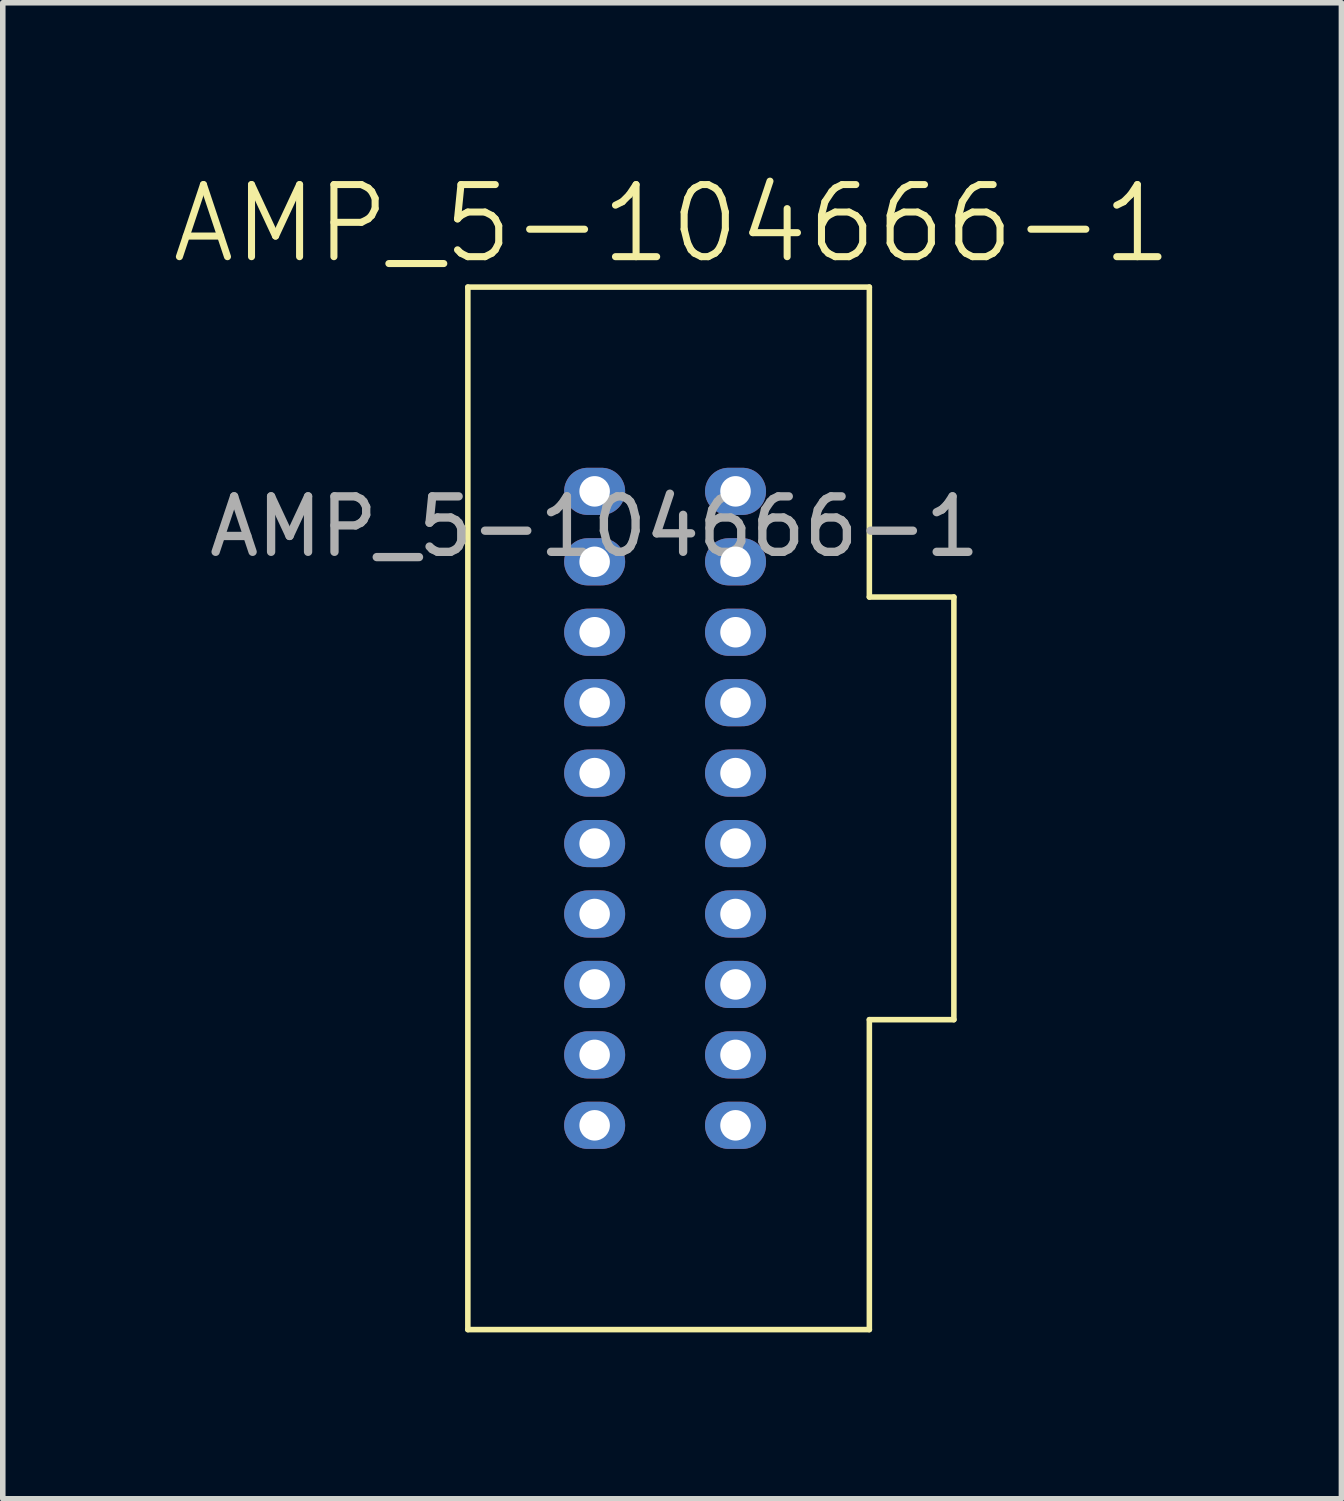
<source format=kicad_pcb>
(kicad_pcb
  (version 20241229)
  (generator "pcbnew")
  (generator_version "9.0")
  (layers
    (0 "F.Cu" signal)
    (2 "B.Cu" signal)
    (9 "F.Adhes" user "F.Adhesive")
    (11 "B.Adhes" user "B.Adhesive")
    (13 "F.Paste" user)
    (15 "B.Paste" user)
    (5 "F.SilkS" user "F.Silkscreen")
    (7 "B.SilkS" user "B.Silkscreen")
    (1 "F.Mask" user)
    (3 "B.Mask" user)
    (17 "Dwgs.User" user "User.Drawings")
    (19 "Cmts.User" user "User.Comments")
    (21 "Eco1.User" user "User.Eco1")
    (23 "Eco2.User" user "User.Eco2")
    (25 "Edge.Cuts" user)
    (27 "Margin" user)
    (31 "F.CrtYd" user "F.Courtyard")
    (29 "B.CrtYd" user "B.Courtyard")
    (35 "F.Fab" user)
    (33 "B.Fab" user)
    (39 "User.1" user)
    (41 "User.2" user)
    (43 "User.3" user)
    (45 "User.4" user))
  (footprint "AMP_5-104666-1"
    (layer "F.Cu")
    (at 7.671 5.809)
    (property "Reference" "AMP_5-104666-1" (at 1.397 -4.826 0) (unlocked yes) (layer "F.SilkS") (effects (font (size 1.3 1.3) (thickness 0.127))))
    (attr smd)
    (fp_line (start -2.286 -3.683) (end -2.286 15.113) (stroke (width 0.1) (type default)) (layer "F.SilkS"))
    (fp_line (start -2.286 -3.683) (end 4.953 -3.683) (stroke (width 0.1) (type default)) (layer "F.SilkS"))
    (fp_line (start -2.286 15.113) (end 4.953 15.113) (stroke (width 0.1) (type default)) (layer "F.SilkS"))
    (fp_line (start 4.953 -3.683) (end 4.953 1.905) (stroke (width 0.1) (type default)) (layer "F.SilkS"))
    (fp_line (start 4.953 1.905) (end 6.477 1.905) (stroke (width 0.1) (type default)) (layer "F.SilkS"))
    (fp_line (start 4.953 9.525) (end 4.953 15.113) (stroke (width 0.1) (type default)) (layer "F.SilkS"))
    (fp_line (start 4.953 9.525) (end 6.477 9.525) (stroke (width 0.1) (type default)) (layer "F.SilkS"))
    (fp_line (start 6.477 1.905) (end 6.477 9.525) (stroke (width 0.1) (type default)) (layer "F.SilkS"))
    (fp_text user "${REFERENCE}" (at 0 0.635 0) (unlocked yes) (layer "F.Fab") (effects (font (size 1 1) (thickness 0.15))))
    (pad "1" thru_hole oval (at 0 0) (size 1.1 0.85) (drill 0.55) (layers "*.Cu" "*.Mask"))
    (pad "2" thru_hole oval (at 2.54 0) (size 1.1 0.85) (drill 0.55) (layers "*.Cu" "*.Mask"))
    (pad "3" thru_hole oval (at 0 1.27) (size 1.1 0.85) (drill 0.55) (layers "*.Cu" "*.Mask"))
    (pad "4" thru_hole oval (at 2.54 1.27) (size 1.1 0.85) (drill 0.55) (layers "*.Cu" "*.Mask"))
    (pad "5" thru_hole oval (at 0 2.54) (size 1.1 0.85) (drill 0.55) (layers "*.Cu" "*.Mask"))
    (pad "6" thru_hole oval (at 2.54 2.54) (size 1.1 0.85) (drill 0.55) (layers "*.Cu" "*.Mask"))
    (pad "7" thru_hole oval (at 0 3.81) (size 1.1 0.85) (drill 0.55) (layers "*.Cu" "*.Mask"))
    (pad "8" thru_hole oval (at 2.54 3.81) (size 1.1 0.85) (drill 0.55) (layers "*.Cu" "*.Mask"))
    (pad "9" thru_hole oval (at 0 5.08) (size 1.1 0.85) (drill 0.55) (layers "*.Cu" "*.Mask"))
    (pad "10" thru_hole oval (at 2.54 5.08) (size 1.1 0.85) (drill 0.55) (layers "*.Cu" "*.Mask"))
    (pad "11" thru_hole oval (at 0 6.35) (size 1.1 0.85) (drill 0.55) (layers "*.Cu" "*.Mask"))
    (pad "12" thru_hole oval (at 2.54 6.35) (size 1.1 0.85) (drill 0.55) (layers "*.Cu" "*.Mask"))
    (pad "13" thru_hole oval (at 0 7.62) (size 1.1 0.85) (drill 0.55) (layers "*.Cu" "*.Mask"))
    (pad "14" thru_hole oval (at 2.54 7.62) (size 1.1 0.85) (drill 0.55) (layers "*.Cu" "*.Mask"))
    (pad "15" thru_hole oval (at 0 8.89) (size 1.1 0.85) (drill 0.55) (layers "*.Cu" "*.Mask"))
    (pad "16" thru_hole oval (at 2.54 8.89) (size 1.1 0.85) (drill 0.55) (layers "*.Cu" "*.Mask"))
    (pad "17" thru_hole oval (at 0 10.16) (size 1.1 0.85) (drill 0.55) (layers "*.Cu" "*.Mask"))
    (pad "18" thru_hole oval (at 2.54 10.16) (size 1.1 0.85) (drill 0.55) (layers "*.Cu" "*.Mask"))
    (pad "19" thru_hole oval (at 0 11.43) (size 1.1 0.85) (drill 0.55) (layers "*.Cu" "*.Mask"))
    (pad "20" thru_hole oval (at 2.54 11.43) (size 1.1 0.85) (drill 0.55) (layers "*.Cu" "*.Mask")))
  (gr_rect
    (start -3 -3)
    (end 21.135 23.972)
    (stroke (width 0.1) (type default))
    (fill no)
    (layer "Edge.Cuts")))
</source>
